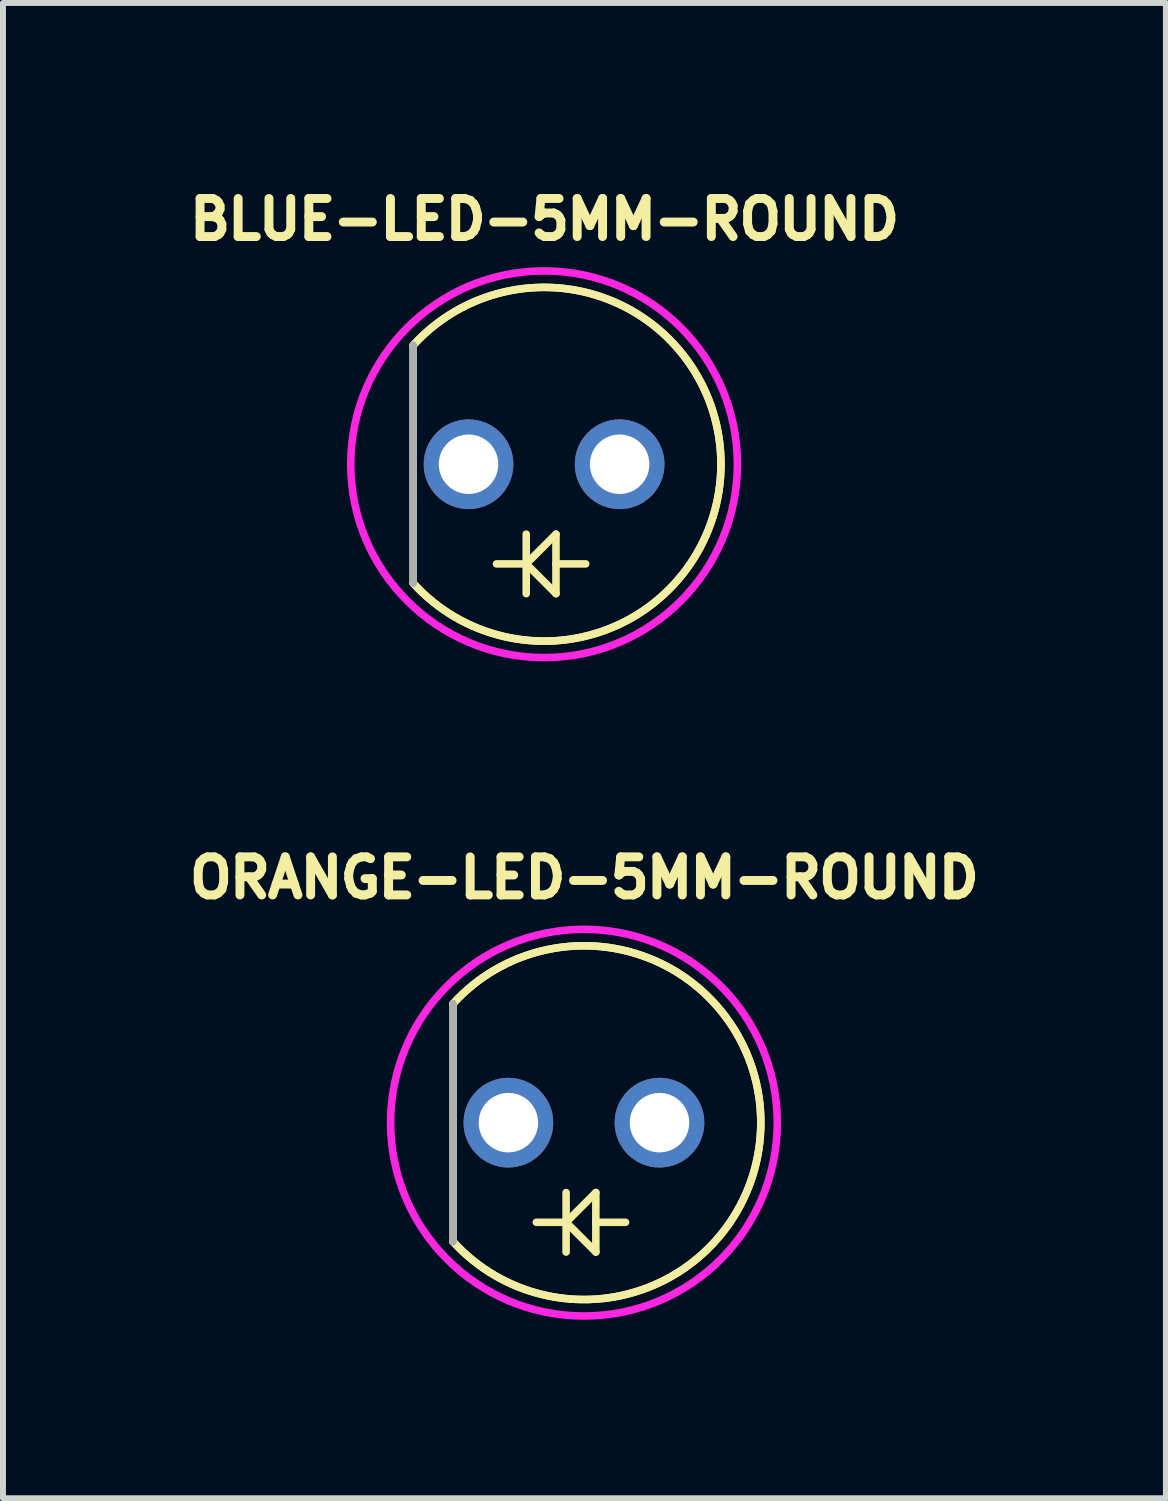
<source format=kicad_pcb>
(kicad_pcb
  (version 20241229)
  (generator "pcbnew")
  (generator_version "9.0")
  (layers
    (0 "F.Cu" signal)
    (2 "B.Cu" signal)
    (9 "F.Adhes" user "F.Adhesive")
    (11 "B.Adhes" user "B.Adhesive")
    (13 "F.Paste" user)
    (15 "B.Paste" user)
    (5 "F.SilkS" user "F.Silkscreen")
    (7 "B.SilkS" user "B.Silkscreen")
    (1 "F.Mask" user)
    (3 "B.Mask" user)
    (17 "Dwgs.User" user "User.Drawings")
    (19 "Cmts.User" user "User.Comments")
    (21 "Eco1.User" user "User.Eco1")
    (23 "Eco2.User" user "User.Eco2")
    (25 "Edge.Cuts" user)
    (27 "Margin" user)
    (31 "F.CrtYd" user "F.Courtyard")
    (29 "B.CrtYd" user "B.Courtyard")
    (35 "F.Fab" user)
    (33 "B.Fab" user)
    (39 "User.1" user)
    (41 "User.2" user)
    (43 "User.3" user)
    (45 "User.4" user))
  (footprint "ORANGE-LED-5MM-ROUND"
    (layer "F.Cu")
    (at 5.423 15.822)
    (property "Reference" "ORANGE-LED-5MM-ROUND" (at 1.351 -4.116 180) (layer "F.SilkS") (effects (font (size 0.64 0.64) (thickness 0.15))))
    (attr through_hole)
    (fp_line (start -0.857 2) (end -0.857 -2) (stroke (width 0.127) (type solid)) (layer "F.SilkS"))
    (fp_line (start 0.543 1.675) (end 1.043 1.675) (stroke (width 0.127) (type solid)) (layer "F.SilkS"))
    (fp_line (start 1.043 1.675) (end 1.043 1.175) (stroke (width 0.127) (type solid)) (layer "F.SilkS"))
    (fp_line (start 1.043 1.675) (end 1.043 2.175) (stroke (width 0.127) (type solid)) (layer "F.SilkS"))
    (fp_line (start 1.043 1.675) (end 1.543 1.175) (stroke (width 0.127) (type solid)) (layer "F.SilkS"))
    (fp_line (start 1.543 1.175) (end 1.543 1.675) (stroke (width 0.127) (type solid)) (layer "F.SilkS"))
    (fp_line (start 1.543 1.675) (end 1.543 2.175) (stroke (width 0.127) (type solid)) (layer "F.SilkS"))
    (fp_line (start 1.543 1.675) (end 2.043 1.675) (stroke (width 0.127) (type solid)) (layer "F.SilkS"))
    (fp_line (start 1.543 2.175) (end 1.043 1.675) (stroke (width 0.127) (type solid)) (layer "F.SilkS"))
    (fp_arc (start -0.8568 -2) (mid 4.31644 0) (end -0.8568 2) (stroke (width 0.127) (type solid)) (layer "F.SilkS"))
    (fp_arc (start -0.8568 -2) (mid 4.31644 0) (end -0.8568 2) (stroke (width 0.127) (type solid)) (layer "F.SilkS"))
    (fp_circle (center 1.343 0) (end -1.907 0) (stroke (width 0.127) (type solid)) (fill no) (layer "F.CrtYd"))
    (fp_line (start -0.857 2) (end -0.857 -2) (stroke (width 0.127) (type solid)) (layer "F.Fab"))
    (pad "1" thru_hole circle (at 0.073 0 180) (size 1.508 1.508) (drill 1) (layers "*.Cu" "*.Mask"))
    (pad "2" thru_hole circle (at 2.613 0 180) (size 1.508 1.508) (drill 1) (layers "*.Cu" "*.Mask")))
  (footprint "BLUE-LED-5MM-ROUND"
    (layer "F.Cu")
    (at 4.753 4.754)
    (property "Reference" "BLUE-LED-5MM-ROUND" (at 1.351 -4.116 180) (layer "F.SilkS") (effects (font (size 0.64 0.64) (thickness 0.15))))
    (attr through_hole)
    (fp_line (start -0.857 2) (end -0.857 -2) (stroke (width 0.127) (type solid)) (layer "F.SilkS"))
    (fp_line (start 0.543 1.675) (end 1.043 1.675) (stroke (width 0.127) (type solid)) (layer "F.SilkS"))
    (fp_line (start 1.043 1.675) (end 1.043 1.175) (stroke (width 0.127) (type solid)) (layer "F.SilkS"))
    (fp_line (start 1.043 1.675) (end 1.043 2.175) (stroke (width 0.127) (type solid)) (layer "F.SilkS"))
    (fp_line (start 1.043 1.675) (end 1.543 1.175) (stroke (width 0.127) (type solid)) (layer "F.SilkS"))
    (fp_line (start 1.543 1.175) (end 1.543 1.675) (stroke (width 0.127) (type solid)) (layer "F.SilkS"))
    (fp_line (start 1.543 1.675) (end 1.543 2.175) (stroke (width 0.127) (type solid)) (layer "F.SilkS"))
    (fp_line (start 1.543 1.675) (end 2.043 1.675) (stroke (width 0.127) (type solid)) (layer "F.SilkS"))
    (fp_line (start 1.543 2.175) (end 1.043 1.675) (stroke (width 0.127) (type solid)) (layer "F.SilkS"))
    (fp_arc (start -0.8568 -2) (mid 4.31644 0) (end -0.8568 2) (stroke (width 0.127) (type solid)) (layer "F.SilkS"))
    (fp_arc (start -0.8568 -2) (mid 4.31644 0) (end -0.8568 2) (stroke (width 0.127) (type solid)) (layer "F.SilkS"))
    (fp_circle (center 1.343 0) (end -1.907 0) (stroke (width 0.127) (type solid)) (fill no) (layer "F.CrtYd"))
    (fp_line (start -0.857 2) (end -0.857 -2) (stroke (width 0.127) (type solid)) (layer "F.Fab"))
    (pad "1" thru_hole circle (at 0.073 0 180) (size 1.508 1.508) (drill 1) (layers "*.Cu" "*.Mask"))
    (pad "2" thru_hole circle (at 2.613 0 180) (size 1.508 1.508) (drill 1) (layers "*.Cu" "*.Mask")))
  (gr_rect
    (start -3 -3)
    (end 16.549 22.135)
    (stroke (width 0.1) (type default))
    (fill no)
    (layer "Edge.Cuts")))
</source>
